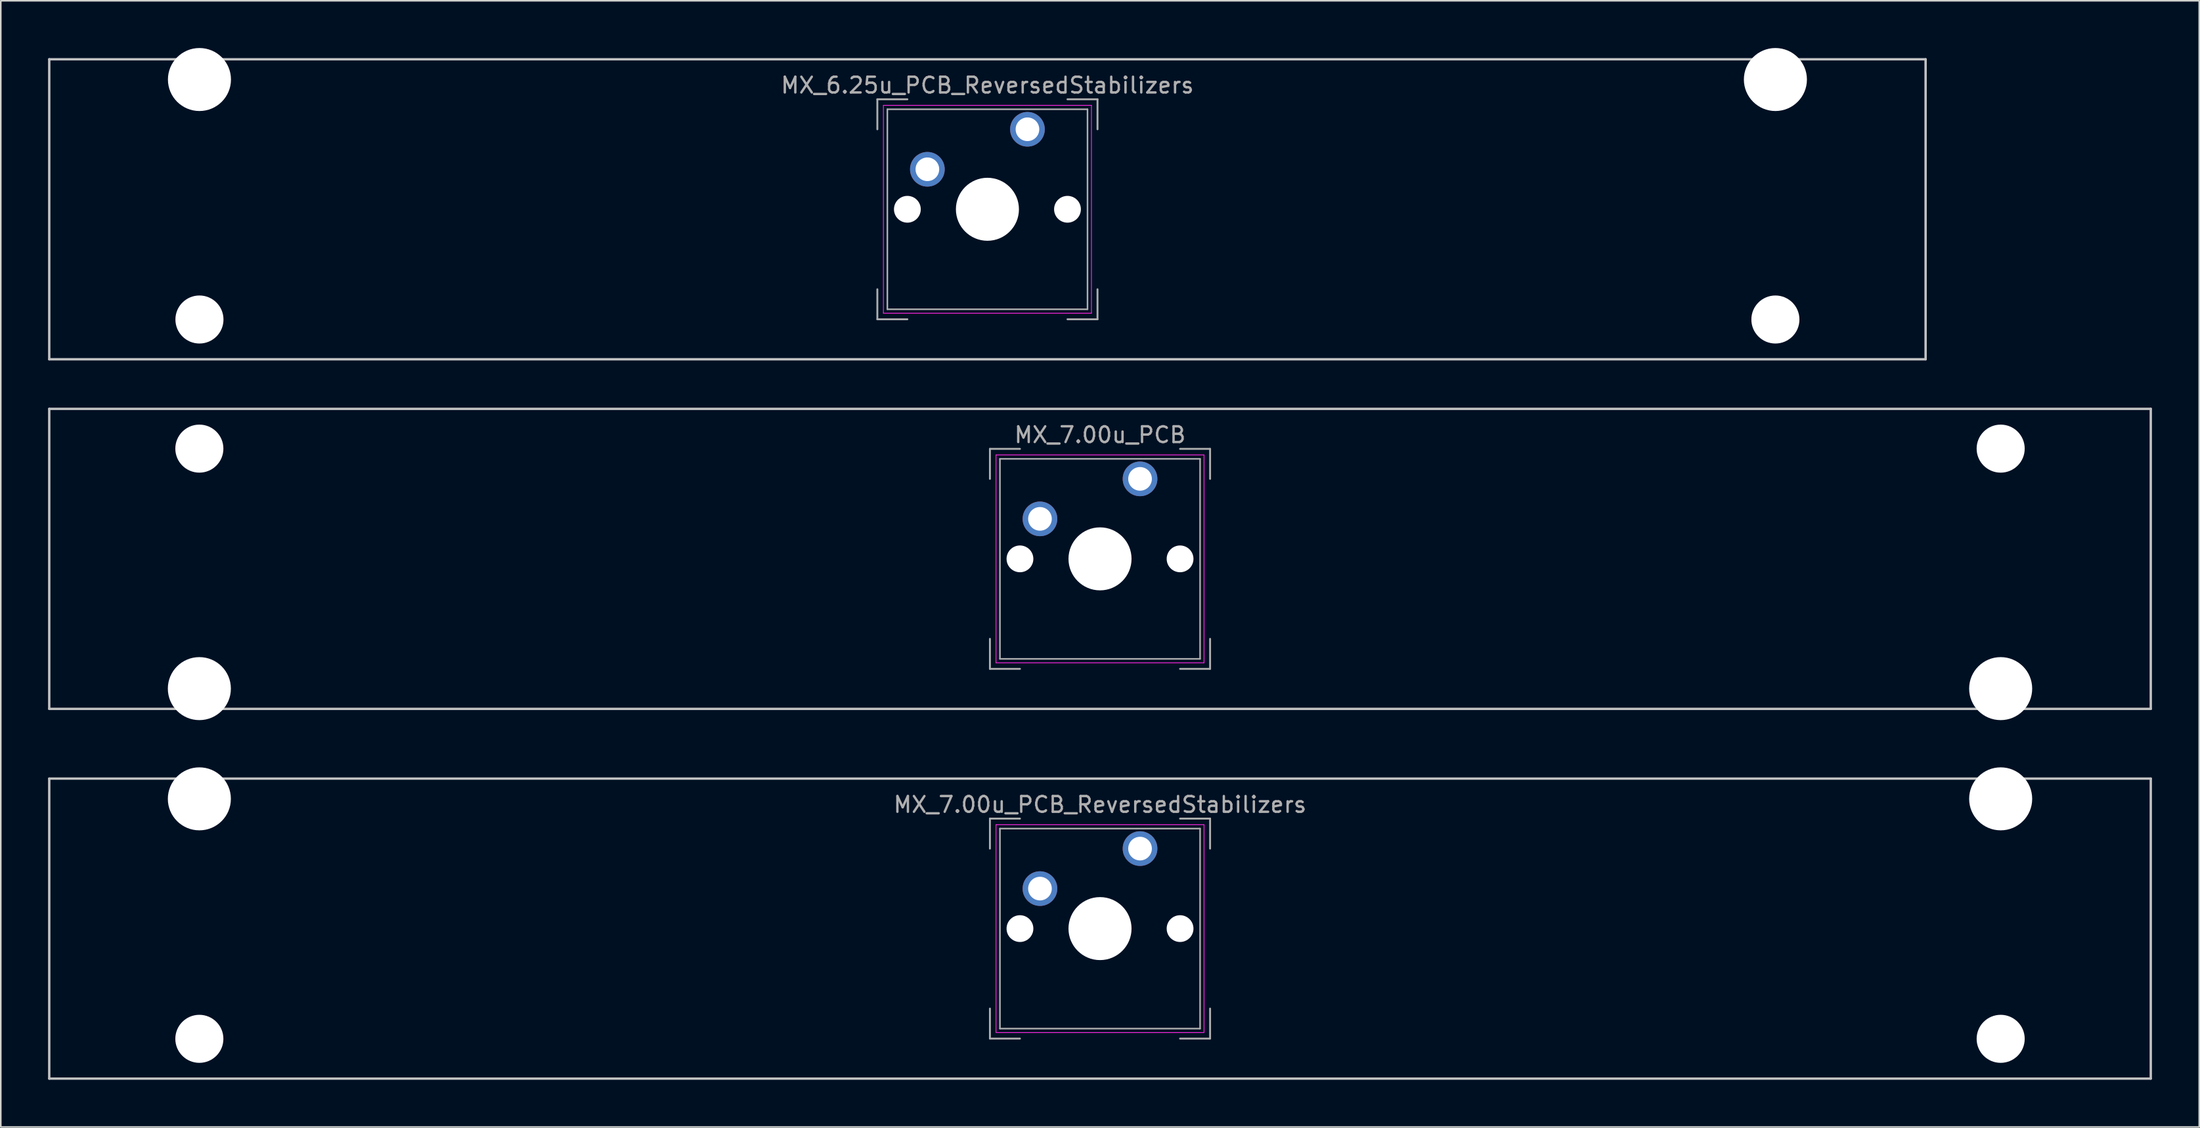
<source format=kicad_pcb>
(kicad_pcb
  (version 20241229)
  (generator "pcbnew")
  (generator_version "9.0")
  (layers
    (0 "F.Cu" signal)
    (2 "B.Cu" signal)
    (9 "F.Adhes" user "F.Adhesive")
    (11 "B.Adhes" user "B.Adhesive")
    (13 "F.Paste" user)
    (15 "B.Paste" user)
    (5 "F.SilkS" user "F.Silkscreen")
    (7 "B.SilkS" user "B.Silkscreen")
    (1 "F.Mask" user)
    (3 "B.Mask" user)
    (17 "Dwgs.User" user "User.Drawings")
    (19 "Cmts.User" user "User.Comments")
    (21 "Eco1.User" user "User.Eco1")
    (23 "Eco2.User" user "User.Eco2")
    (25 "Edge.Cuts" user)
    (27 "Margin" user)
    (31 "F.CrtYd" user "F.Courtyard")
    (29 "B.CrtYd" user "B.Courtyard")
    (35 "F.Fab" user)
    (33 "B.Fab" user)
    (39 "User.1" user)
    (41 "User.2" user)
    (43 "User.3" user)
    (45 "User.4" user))
  (footprint "MX_7.00u_PCB"
    (layer "F.Cu")
    (at 66.75 32.44)
    (property "Reference" "MX_7.00u_PCB" (at 0 -7.874 0) (layer "F.Fab") (effects (font (size 1 1) (thickness 0.15))))
    (attr through_hole)
    (fp_line (start -66.675 -9.525) (end 66.675 -9.525) (stroke (width 0.15) (type solid)) (layer "Dwgs.User"))
    (fp_line (start -66.675 9.525) (end -66.675 -9.525) (stroke (width 0.15) (type solid)) (layer "Dwgs.User"))
    (fp_line (start 66.675 -9.525) (end 66.675 9.525) (stroke (width 0.15) (type solid)) (layer "Dwgs.User"))
    (fp_line (start 66.675 9.525) (end -66.675 9.525) (stroke (width 0.15) (type solid)) (layer "Dwgs.User"))
    (fp_line (start -6.6 -6.6) (end 6.6 -6.6) (stroke (width 0.05) (type solid)) (layer "F.CrtYd"))
    (fp_line (start -6.6 6.6) (end -6.6 -6.6) (stroke (width 0.05) (type solid)) (layer "F.CrtYd"))
    (fp_line (start 6.6 -6.6) (end 6.6 6.6) (stroke (width 0.05) (type solid)) (layer "F.CrtYd"))
    (fp_line (start 6.6 6.6) (end -6.6 6.6) (stroke (width 0.05) (type solid)) (layer "F.CrtYd"))
    (fp_line (start -6.985 -6.985) (end -5.08 -6.985) (stroke (width 0.12) (type solid)) (layer "F.Fab"))
    (fp_line (start -6.985 -5.08) (end -6.985 -6.985) (stroke (width 0.12) (type solid)) (layer "F.Fab"))
    (fp_line (start -6.985 5.08) (end -6.985 6.985) (stroke (width 0.12) (type solid)) (layer "F.Fab"))
    (fp_line (start -6.35 -6.35) (end 6.35 -6.35) (stroke (width 0.1) (type solid)) (layer "F.Fab"))
    (fp_line (start -6.35 6.35) (end -6.35 -6.35) (stroke (width 0.1) (type solid)) (layer "F.Fab"))
    (fp_line (start -5.08 6.985) (end -6.985 6.985) (stroke (width 0.12) (type solid)) (layer "F.Fab"))
    (fp_line (start 5.08 -6.985) (end 6.985 -6.985) (stroke (width 0.12) (type solid)) (layer "F.Fab"))
    (fp_line (start 6.35 -6.35) (end 6.35 6.35) (stroke (width 0.1) (type solid)) (layer "F.Fab"))
    (fp_line (start 6.35 6.35) (end -6.35 6.35) (stroke (width 0.1) (type solid)) (layer "F.Fab"))
    (fp_line (start 6.985 -6.985) (end 6.985 -5.08) (stroke (width 0.12) (type solid)) (layer "F.Fab"))
    (fp_line (start 6.985 5.08) (end 6.985 6.985) (stroke (width 0.12) (type solid)) (layer "F.Fab"))
    (fp_line (start 6.985 6.985) (end 5.08 6.985) (stroke (width 0.12) (type solid)) (layer "F.Fab"))
    (pad "" np_thru_hole circle (at -57.15 -7) (size 3.05 3.05) (drill 3.05) (layers "*.Cu" "*.Mask"))
    (pad "" np_thru_hole circle (at -57.15 8.24) (size 4 4) (drill 4) (layers "*.Cu" "*.Mask"))
    (pad "" np_thru_hole circle (at -5.08 0) (size 1.7 1.7) (drill 1.7) (layers "*.Cu" "*.Mask"))
    (pad "" np_thru_hole circle (at 0 0) (size 4 4) (drill 4) (layers "*.Cu" "*.Mask"))
    (pad "" np_thru_hole circle (at 5.08 0) (size 1.7 1.7) (drill 1.7) (layers "*.Cu" "*.Mask"))
    (pad "" np_thru_hole circle (at 57.15 -7) (size 3.05 3.05) (drill 3.05) (layers "*.Cu" "*.Mask"))
    (pad "" np_thru_hole circle (at 57.15 8.24) (size 4 4) (drill 4) (layers "*.Cu" "*.Mask"))
    (pad "1" thru_hole circle (at 2.54 -5.08) (size 2.2 2.2) (drill 1.5) (layers "*.Cu" "*.Mask"))
    (pad "2" thru_hole circle (at -3.81 -2.54) (size 2.2 2.2) (drill 1.5) (layers "*.Cu" "*.Mask")))
  (footprint "MX_6.25u_PCB_ReversedStabilizers"
    (layer "F.Cu")
    (at 59.606 10.24)
    (property "Reference" "MX_6.25u_PCB_ReversedStabilizers" (at 0 -7.874 0) (layer "F.Fab") (effects (font (size 1 1) (thickness 0.15))))
    (attr through_hole)
    (fp_line (start -59.531 -9.525) (end 59.531 -9.525) (stroke (width 0.15) (type solid)) (layer "Dwgs.User"))
    (fp_line (start -59.531 9.525) (end -59.531 -9.525) (stroke (width 0.15) (type solid)) (layer "Dwgs.User"))
    (fp_line (start 59.531 -9.525) (end 59.531 9.525) (stroke (width 0.15) (type solid)) (layer "Dwgs.User"))
    (fp_line (start 59.531 9.525) (end -59.531 9.525) (stroke (width 0.15) (type solid)) (layer "Dwgs.User"))
    (fp_line (start -6.6 -6.6) (end 6.6 -6.6) (stroke (width 0.05) (type solid)) (layer "F.CrtYd"))
    (fp_line (start -6.6 6.6) (end -6.6 -6.6) (stroke (width 0.05) (type solid)) (layer "F.CrtYd"))
    (fp_line (start 6.6 -6.6) (end 6.6 6.6) (stroke (width 0.05) (type solid)) (layer "F.CrtYd"))
    (fp_line (start 6.6 6.6) (end -6.6 6.6) (stroke (width 0.05) (type solid)) (layer "F.CrtYd"))
    (fp_line (start -6.985 -6.985) (end -5.08 -6.985) (stroke (width 0.12) (type solid)) (layer "F.Fab"))
    (fp_line (start -6.985 -5.08) (end -6.985 -6.985) (stroke (width 0.12) (type solid)) (layer "F.Fab"))
    (fp_line (start -6.985 6.985) (end -6.985 5.08) (stroke (width 0.12) (type solid)) (layer "F.Fab"))
    (fp_line (start -6.35 -6.35) (end 6.35 -6.35) (stroke (width 0.1) (type solid)) (layer "F.Fab"))
    (fp_line (start -6.35 6.35) (end -6.35 -6.35) (stroke (width 0.1) (type solid)) (layer "F.Fab"))
    (fp_line (start -5.08 6.985) (end -6.985 6.985) (stroke (width 0.12) (type solid)) (layer "F.Fab"))
    (fp_line (start 6.35 -6.35) (end 6.35 6.35) (stroke (width 0.1) (type solid)) (layer "F.Fab"))
    (fp_line (start 6.35 6.35) (end -6.35 6.35) (stroke (width 0.1) (type solid)) (layer "F.Fab"))
    (fp_line (start 6.985 -6.985) (end 5.08 -6.985) (stroke (width 0.12) (type solid)) (layer "F.Fab"))
    (fp_line (start 6.985 -6.985) (end 6.985 -5.08) (stroke (width 0.12) (type solid)) (layer "F.Fab"))
    (fp_line (start 6.985 6.985) (end 5.08 6.985) (stroke (width 0.12) (type solid)) (layer "F.Fab"))
    (fp_line (start 6.985 6.985) (end 6.985 5.08) (stroke (width 0.12) (type solid)) (layer "F.Fab"))
    (pad "" np_thru_hole circle (at -50 -8.24 180) (size 4 4) (drill 4) (layers "*.Cu" "*.Mask"))
    (pad "" np_thru_hole circle (at -50 7 180) (size 3.05 3.05) (drill 3.05) (layers "*.Cu" "*.Mask"))
    (pad "" np_thru_hole circle (at -5.08 0) (size 1.7 1.7) (drill 1.7) (layers "*.Cu" "*.Mask"))
    (pad "" np_thru_hole circle (at 0 0) (size 4 4) (drill 4) (layers "*.Cu" "*.Mask"))
    (pad "" np_thru_hole circle (at 5.08 0) (size 1.7 1.7) (drill 1.7) (layers "*.Cu" "*.Mask"))
    (pad "" np_thru_hole circle (at 50 -8.24 180) (size 4 4) (drill 4) (layers "*.Cu" "*.Mask"))
    (pad "" np_thru_hole circle (at 50 7 180) (size 3.05 3.05) (drill 3.05) (layers "*.Cu" "*.Mask"))
    (pad "1" thru_hole circle (at 2.54 -5.08) (size 2.2 2.2) (drill 1.5) (layers "*.Cu" "*.Mask"))
    (pad "2" thru_hole circle (at -3.81 -2.54) (size 2.2 2.2) (drill 1.5) (layers "*.Cu" "*.Mask")))
  (footprint "MX_7.00u_PCB_ReversedStabilizers"
    (layer "F.Cu")
    (at 66.75 55.92)
    (property "Reference" "MX_7.00u_PCB_ReversedStabilizers" (at 0 -7.874 0) (layer "F.Fab") (effects (font (size 1 1) (thickness 0.15))))
    (attr through_hole)
    (fp_line (start -66.675 -9.525) (end 66.675 -9.525) (stroke (width 0.15) (type solid)) (layer "Dwgs.User"))
    (fp_line (start -66.675 9.525) (end -66.675 -9.525) (stroke (width 0.15) (type solid)) (layer "Dwgs.User"))
    (fp_line (start 66.675 -9.525) (end 66.675 9.525) (stroke (width 0.15) (type solid)) (layer "Dwgs.User"))
    (fp_line (start 66.675 9.525) (end -66.675 9.525) (stroke (width 0.15) (type solid)) (layer "Dwgs.User"))
    (fp_line (start -6.6 -6.6) (end 6.6 -6.6) (stroke (width 0.05) (type solid)) (layer "F.CrtYd"))
    (fp_line (start -6.6 6.6) (end -6.6 -6.6) (stroke (width 0.05) (type solid)) (layer "F.CrtYd"))
    (fp_line (start 6.6 -6.6) (end 6.6 6.6) (stroke (width 0.05) (type solid)) (layer "F.CrtYd"))
    (fp_line (start 6.6 6.6) (end -6.6 6.6) (stroke (width 0.05) (type solid)) (layer "F.CrtYd"))
    (fp_line (start -6.985 -6.985) (end -5.08 -6.985) (stroke (width 0.12) (type solid)) (layer "F.Fab"))
    (fp_line (start -6.985 -5.08) (end -6.985 -6.985) (stroke (width 0.12) (type solid)) (layer "F.Fab"))
    (fp_line (start -6.985 5.08) (end -6.985 6.985) (stroke (width 0.12) (type solid)) (layer "F.Fab"))
    (fp_line (start -6.35 -6.35) (end 6.35 -6.35) (stroke (width 0.1) (type solid)) (layer "F.Fab"))
    (fp_line (start -6.35 6.35) (end -6.35 -6.35) (stroke (width 0.1) (type solid)) (layer "F.Fab"))
    (fp_line (start -5.08 6.985) (end -6.985 6.985) (stroke (width 0.12) (type solid)) (layer "F.Fab"))
    (fp_line (start 5.08 -6.985) (end 6.985 -6.985) (stroke (width 0.12) (type solid)) (layer "F.Fab"))
    (fp_line (start 6.35 -6.35) (end 6.35 6.35) (stroke (width 0.1) (type solid)) (layer "F.Fab"))
    (fp_line (start 6.35 6.35) (end -6.35 6.35) (stroke (width 0.1) (type solid)) (layer "F.Fab"))
    (fp_line (start 6.985 -6.985) (end 6.985 -5.08) (stroke (width 0.12) (type solid)) (layer "F.Fab"))
    (fp_line (start 6.985 5.08) (end 6.985 6.985) (stroke (width 0.12) (type solid)) (layer "F.Fab"))
    (fp_line (start 6.985 6.985) (end 5.08 6.985) (stroke (width 0.12) (type solid)) (layer "F.Fab"))
    (pad "" np_thru_hole circle (at -57.15 -8.24 180) (size 4 4) (drill 4) (layers "*.Cu" "*.Mask"))
    (pad "" np_thru_hole circle (at -57.15 7 180) (size 3.05 3.05) (drill 3.05) (layers "*.Cu" "*.Mask"))
    (pad "" np_thru_hole circle (at -5.08 0) (size 1.7 1.7) (drill 1.7) (layers "*.Cu" "*.Mask"))
    (pad "" np_thru_hole circle (at 0 0) (size 4 4) (drill 4) (layers "*.Cu" "*.Mask"))
    (pad "" np_thru_hole circle (at 5.08 0) (size 1.7 1.7) (drill 1.7) (layers "*.Cu" "*.Mask"))
    (pad "" np_thru_hole circle (at 57.15 -8.24 180) (size 4 4) (drill 4) (layers "*.Cu" "*.Mask"))
    (pad "" np_thru_hole circle (at 57.15 7 180) (size 3.05 3.05) (drill 3.05) (layers "*.Cu" "*.Mask"))
    (pad "1" thru_hole circle (at 2.54 -5.08) (size 2.2 2.2) (drill 1.5) (layers "*.Cu" "*.Mask"))
    (pad "2" thru_hole circle (at -3.81 -2.54) (size 2.2 2.2) (drill 1.5) (layers "*.Cu" "*.Mask")))
  (gr_rect
    (start -3 -3)
    (end 136.5 68.52)
    (stroke (width 0.1) (type default))
    (fill no)
    (layer "Edge.Cuts")))
</source>
